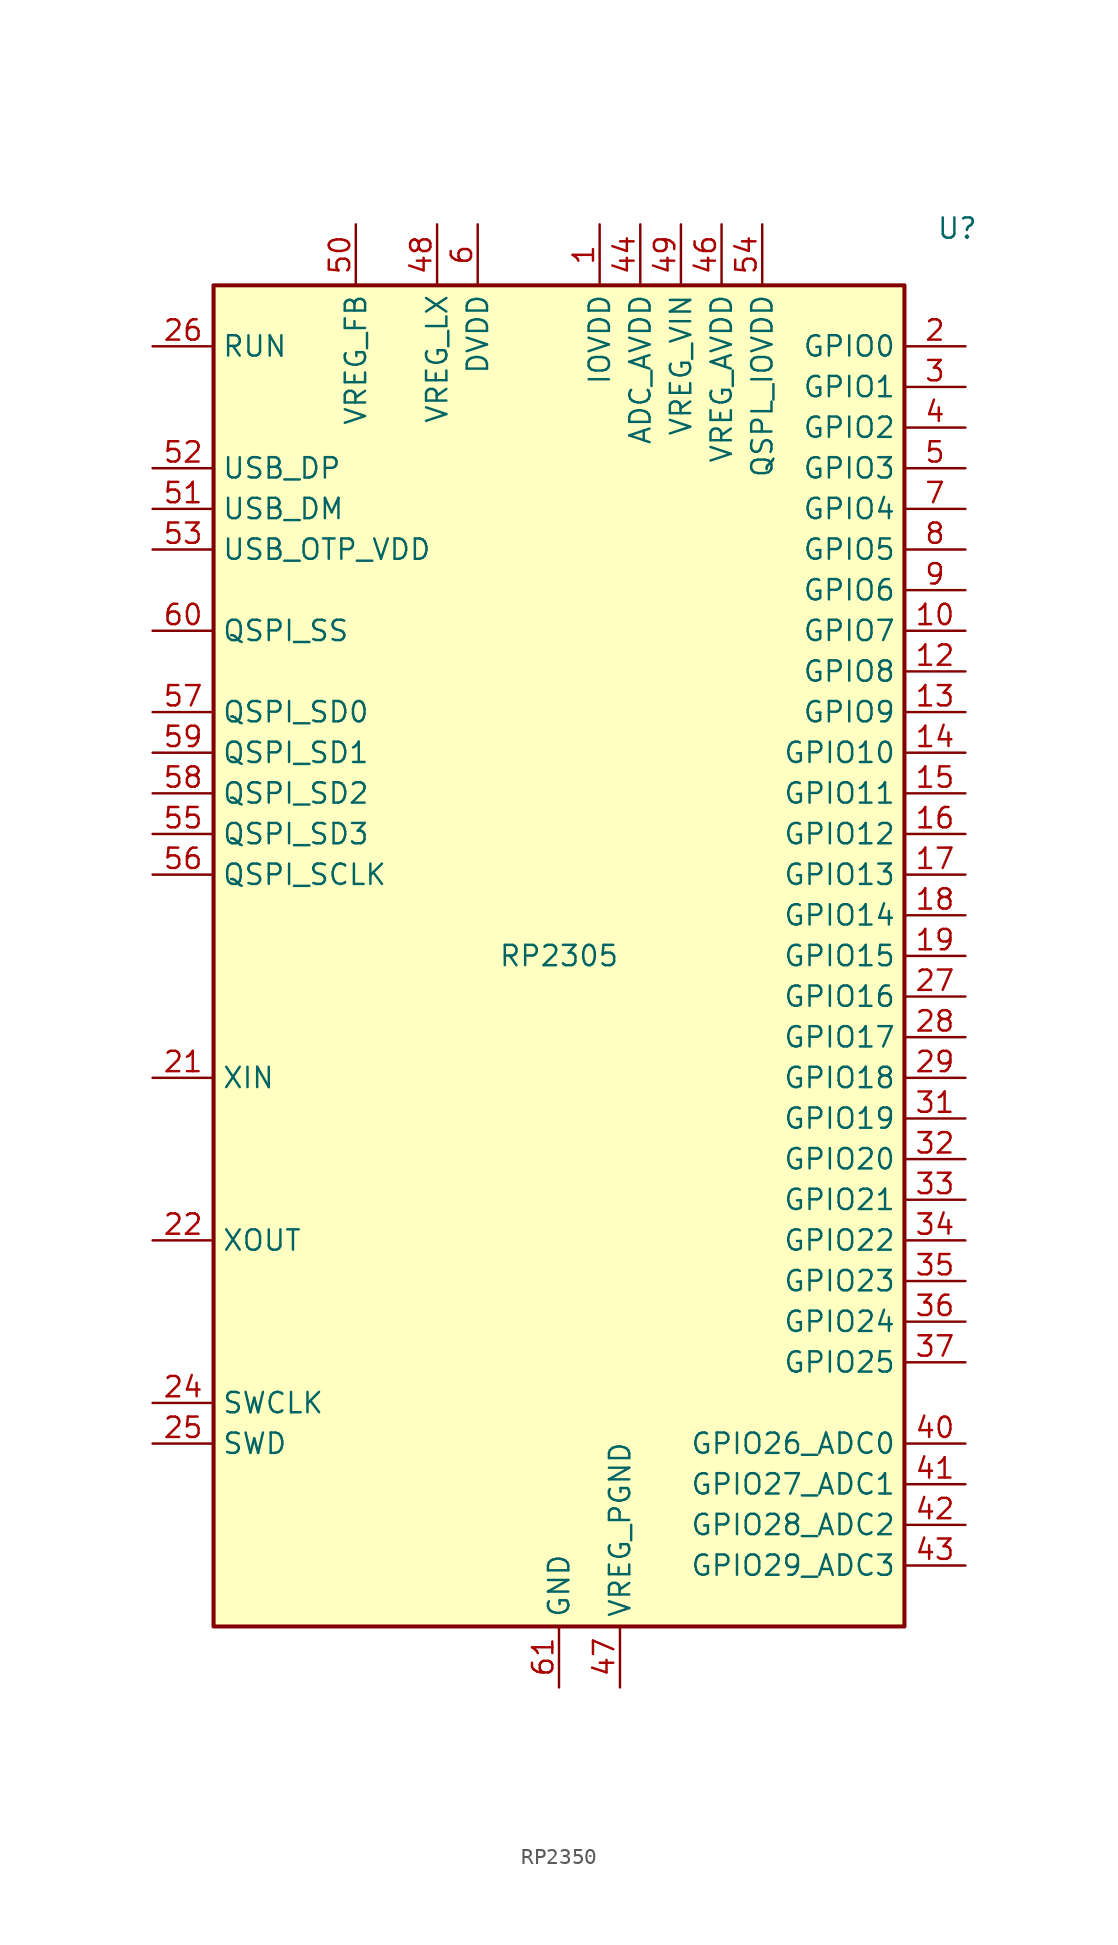
<source format=kicad_sym>
(kicad_symbol_lib
  (version 20241209)
  (generator "kicad_symbol_editor")
  (generator_version "9.0")
  (symbol "RP2350"
    (property "Reference" "U"
      (at 24.892 45.466 0)
      (effects (font (size 1.27 1.27))))
    (property "Value" "RP2305"
      (at 0 0 0)
      (effects (font (size 1.27 1.27))))
    (symbol "RP2350_0_1"
      (rectangle (start -21.59 41.91) (end 21.59 -41.91) (stroke (width 0.254) (type default)) (fill (type background))))
    (symbol "RP2350_1_1"
      (pin input line (at -25.4 38.1 0) (length 3.81) (name "RUN" (effects (font (size 1.27 1.27)))) (number "26" (effects (font (size 1.27 1.27)))))
      (pin bidirectional line (at -25.4 30.48 0) (length 3.81) (name "USB_DP" (effects (font (size 1.27 1.27)))) (number "52" (effects (font (size 1.27 1.27)))))
      (pin bidirectional line (at -25.4 27.94 0) (length 3.81) (name "USB_DM" (effects (font (size 1.27 1.27)))) (number "51" (effects (font (size 1.27 1.27)))))
      (pin bidirectional line (at -25.4 25.4 0) (length 3.81) (name "USB_OTP_VDD" (effects (font (size 1.27 1.27)))) (number "53" (effects (font (size 1.27 1.27)))))
      (pin bidirectional line (at -25.4 20.32 0) (length 3.81) (name "QSPI_SS" (effects (font (size 1.27 1.27)))) (number "60" (effects (font (size 1.27 1.27)))))
      (pin bidirectional line (at -25.4 15.24 0) (length 3.81) (name "QSPI_SD0" (effects (font (size 1.27 1.27)))) (number "57" (effects (font (size 1.27 1.27)))))
      (pin bidirectional line (at -25.4 12.7 0) (length 3.81) (name "QSPI_SD1" (effects (font (size 1.27 1.27)))) (number "59" (effects (font (size 1.27 1.27)))))
      (pin bidirectional line (at -25.4 10.16 0) (length 3.81) (name "QSPI_SD2" (effects (font (size 1.27 1.27)))) (number "58" (effects (font (size 1.27 1.27)))))
      (pin bidirectional line (at -25.4 7.62 0) (length 3.81) (name "QSPI_SD3" (effects (font (size 1.27 1.27)))) (number "55" (effects (font (size 1.27 1.27)))))
      (pin output line (at -25.4 5.08 0) (length 3.81) (name "QSPI_SCLK" (effects (font (size 1.27 1.27)))) (number "56" (effects (font (size 1.27 1.27)))))
      (pin input line (at -25.4 -7.62 0) (length 3.81) (name "XIN" (effects (font (size 1.27 1.27)))) (number "21" (effects (font (size 1.27 1.27)))))
      (pin passive line (at -25.4 -17.78 0) (length 3.81) (name "XOUT" (effects (font (size 1.27 1.27)))) (number "22" (effects (font (size 1.27 1.27)))))
      (pin input line (at -25.4 -27.94 0) (length 3.81) (name "SWCLK" (effects (font (size 1.27 1.27)))) (number "24" (effects (font (size 1.27 1.27)))))
      (pin bidirectional line (at -25.4 -30.48 0) (length 3.81) (name "SWD" (effects (font (size 1.27 1.27)))) (number "25" (effects (font (size 1.27 1.27)))))
      (pin power_out line (at -12.7 45.72 270) (length 3.81) (name "VREG_FB" (effects (font (size 1.27 1.27)))) (number "50" (effects (font (size 1.27 1.27)))))
      (pin power_in line (at -7.62 45.72 270) (length 3.81) (name "VREG_LX" (effects (font (size 1.27 1.27)))) (number "48" (effects (font (size 1.27 1.27)))))
      (pin passive line (at -5.08 45.72 270) (length 3.81) (hide yes) (name "DVDD" (effects (font (size 1.27 1.27)))) (number "23" (effects (font (size 1.27 1.27)))))
      (pin passive line (at -5.08 45.72 270) (length 3.81) (hide yes) (name "DVDD" (effects (font (size 1.27 1.27)))) (number "39" (effects (font (size 1.27 1.27)))))
      (pin power_in line (at -5.08 45.72 270) (length 3.81) (name "DVDD" (effects (font (size 1.27 1.27)))) (number "6" (effects (font (size 1.27 1.27)))))
      (pin power_in line (at 0 -45.72 90) (length 3.81) (name "GND" (effects (font (size 1.27 1.27)))) (number "61" (effects (font (size 1.27 1.27)))))
      (pin power_in line (at 2.54 45.72 270) (length 3.81) (name "IOVDD" (effects (font (size 1.27 1.27)))) (number "1" (effects (font (size 1.27 1.27)))))
      (pin passive line (at 2.54 45.72 270) (length 3.81) (hide yes) (name "IOVDD" (effects (font (size 1.27 1.27)))) (number "11" (effects (font (size 1.27 1.27)))))
      (pin passive line (at 2.54 45.72 270) (length 3.81) (hide yes) (name "IOVDD" (effects (font (size 1.27 1.27)))) (number "20" (effects (font (size 1.27 1.27)))))
      (pin passive line (at 2.54 45.72 270) (length 3.81) (hide yes) (name "IOVDD" (effects (font (size 1.27 1.27)))) (number "30" (effects (font (size 1.27 1.27)))))
      (pin passive line (at 2.54 45.72 270) (length 3.81) (hide yes) (name "IOVDD" (effects (font (size 1.27 1.27)))) (number "38" (effects (font (size 1.27 1.27)))))
      (pin passive line (at 2.54 45.72 270) (length 3.81) (hide yes) (name "IOVDD" (effects (font (size 1.27 1.27)))) (number "45" (effects (font (size 1.27 1.27)))))
      (pin power_in line (at 3.81 -45.72 90) (length 3.81) (name "VREG_PGND" (effects (font (size 1.27 1.27)))) (number "47" (effects (font (size 1.27 1.27)))))
      (pin power_in line (at 5.08 45.72 270) (length 3.81) (name "ADC_AVDD" (effects (font (size 1.27 1.27)))) (number "44" (effects (font (size 1.27 1.27)))))
      (pin power_in line (at 7.62 45.72 270) (length 3.81) (name "VREG_VIN" (effects (font (size 1.27 1.27)))) (number "49" (effects (font (size 1.27 1.27)))))
      (pin power_in line (at 10.16 45.72 270) (length 3.81) (name "VREG_AVDD" (effects (font (size 1.27 1.27)))) (number "46" (effects (font (size 1.27 1.27)))))
      (pin power_in line (at 12.7 45.72 270) (length 3.81) (name "QSPL_IOVDD" (effects (font (size 1.27 1.27)))) (number "54" (effects (font (size 1.27 1.27)))))
      (pin bidirectional line (at 25.4 38.1 180) (length 3.81) (name "GPIO0" (effects (font (size 1.27 1.27)))) (number "2" (effects (font (size 1.27 1.27)))))
      (pin bidirectional line (at 25.4 35.56 180) (length 3.81) (name "GPIO1" (effects (font (size 1.27 1.27)))) (number "3" (effects (font (size 1.27 1.27)))))
      (pin bidirectional line (at 25.4 33.02 180) (length 3.81) (name "GPIO2" (effects (font (size 1.27 1.27)))) (number "4" (effects (font (size 1.27 1.27)))))
      (pin bidirectional line (at 25.4 30.48 180) (length 3.81) (name "GPIO3" (effects (font (size 1.27 1.27)))) (number "5" (effects (font (size 1.27 1.27)))))
      (pin bidirectional line (at 25.4 27.94 180) (length 3.81) (name "GPIO4" (effects (font (size 1.27 1.27)))) (number "7" (effects (font (size 1.27 1.27)))))
      (pin bidirectional line (at 25.4 25.4 180) (length 3.81) (name "GPIO5" (effects (font (size 1.27 1.27)))) (number "8" (effects (font (size 1.27 1.27)))))
      (pin bidirectional line (at 25.4 22.86 180) (length 3.81) (name "GPIO6" (effects (font (size 1.27 1.27)))) (number "9" (effects (font (size 1.27 1.27)))))
      (pin bidirectional line (at 25.4 20.32 180) (length 3.81) (name "GPIO7" (effects (font (size 1.27 1.27)))) (number "10" (effects (font (size 1.27 1.27)))))
      (pin bidirectional line (at 25.4 17.78 180) (length 3.81) (name "GPIO8" (effects (font (size 1.27 1.27)))) (number "12" (effects (font (size 1.27 1.27)))))
      (pin bidirectional line (at 25.4 15.24 180) (length 3.81) (name "GPIO9" (effects (font (size 1.27 1.27)))) (number "13" (effects (font (size 1.27 1.27)))))
      (pin bidirectional line (at 25.4 12.7 180) (length 3.81) (name "GPIO10" (effects (font (size 1.27 1.27)))) (number "14" (effects (font (size 1.27 1.27)))))
      (pin bidirectional line (at 25.4 10.16 180) (length 3.81) (name "GPIO11" (effects (font (size 1.27 1.27)))) (number "15" (effects (font (size 1.27 1.27)))))
      (pin bidirectional line (at 25.4 7.62 180) (length 3.81) (name "GPIO12" (effects (font (size 1.27 1.27)))) (number "16" (effects (font (size 1.27 1.27)))))
      (pin bidirectional line (at 25.4 5.08 180) (length 3.81) (name "GPIO13" (effects (font (size 1.27 1.27)))) (number "17" (effects (font (size 1.27 1.27)))))
      (pin bidirectional line (at 25.4 2.54 180) (length 3.81) (name "GPIO14" (effects (font (size 1.27 1.27)))) (number "18" (effects (font (size 1.27 1.27)))))
      (pin bidirectional line (at 25.4 0 180) (length 3.81) (name "GPIO15" (effects (font (size 1.27 1.27)))) (number "19" (effects (font (size 1.27 1.27)))))
      (pin bidirectional line (at 25.4 -2.54 180) (length 3.81) (name "GPIO16" (effects (font (size 1.27 1.27)))) (number "27" (effects (font (size 1.27 1.27)))))
      (pin bidirectional line (at 25.4 -5.08 180) (length 3.81) (name "GPIO17" (effects (font (size 1.27 1.27)))) (number "28" (effects (font (size 1.27 1.27)))))
      (pin bidirectional line (at 25.4 -7.62 180) (length 3.81) (name "GPIO18" (effects (font (size 1.27 1.27)))) (number "29" (effects (font (size 1.27 1.27)))))
      (pin bidirectional line (at 25.4 -10.16 180) (length 3.81) (name "GPIO19" (effects (font (size 1.27 1.27)))) (number "31" (effects (font (size 1.27 1.27)))))
      (pin bidirectional line (at 25.4 -12.7 180) (length 3.81) (name "GPIO20" (effects (font (size 1.27 1.27)))) (number "32" (effects (font (size 1.27 1.27)))))
      (pin bidirectional line (at 25.4 -15.24 180) (length 3.81) (name "GPIO21" (effects (font (size 1.27 1.27)))) (number "33" (effects (font (size 1.27 1.27)))))
      (pin bidirectional line (at 25.4 -17.78 180) (length 3.81) (name "GPIO22" (effects (font (size 1.27 1.27)))) (number "34" (effects (font (size 1.27 1.27)))))
      (pin bidirectional line (at 25.4 -20.32 180) (length 3.81) (name "GPIO23" (effects (font (size 1.27 1.27)))) (number "35" (effects (font (size 1.27 1.27)))))
      (pin bidirectional line (at 25.4 -22.86 180) (length 3.81) (name "GPIO24" (effects (font (size 1.27 1.27)))) (number "36" (effects (font (size 1.27 1.27)))))
      (pin bidirectional line (at 25.4 -25.4 180) (length 3.81) (name "GPIO25" (effects (font (size 1.27 1.27)))) (number "37" (effects (font (size 1.27 1.27)))))
      (pin bidirectional line (at 25.4 -30.48 180) (length 3.81) (name "GPIO26_ADC0" (effects (font (size 1.27 1.27)))) (number "40" (effects (font (size 1.27 1.27)))))
      (pin bidirectional line (at 25.4 -33.02 180) (length 3.81) (name "GPIO27_ADC1" (effects (font (size 1.27 1.27)))) (number "41" (effects (font (size 1.27 1.27)))))
      (pin bidirectional line (at 25.4 -35.56 180) (length 3.81) (name "GPIO28_ADC2" (effects (font (size 1.27 1.27)))) (number "42" (effects (font (size 1.27 1.27)))))
      (pin bidirectional line (at 25.4 -38.1 180) (length 3.81) (name "GPIO29_ADC3" (effects (font (size 1.27 1.27)))) (number "43" (effects (font (size 1.27 1.27))))))))
</source>
